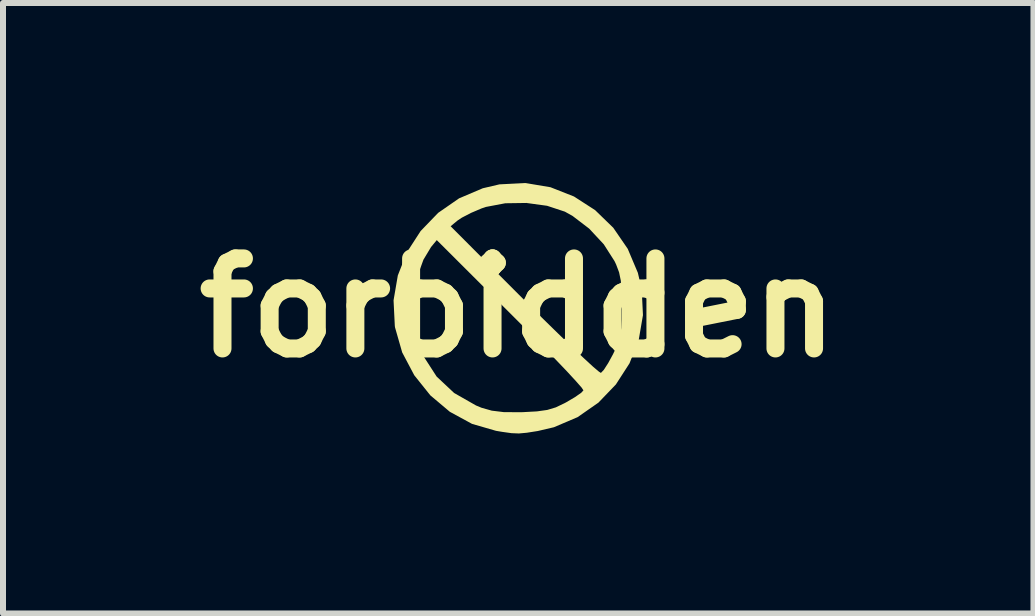
<source format=kicad_pcb>
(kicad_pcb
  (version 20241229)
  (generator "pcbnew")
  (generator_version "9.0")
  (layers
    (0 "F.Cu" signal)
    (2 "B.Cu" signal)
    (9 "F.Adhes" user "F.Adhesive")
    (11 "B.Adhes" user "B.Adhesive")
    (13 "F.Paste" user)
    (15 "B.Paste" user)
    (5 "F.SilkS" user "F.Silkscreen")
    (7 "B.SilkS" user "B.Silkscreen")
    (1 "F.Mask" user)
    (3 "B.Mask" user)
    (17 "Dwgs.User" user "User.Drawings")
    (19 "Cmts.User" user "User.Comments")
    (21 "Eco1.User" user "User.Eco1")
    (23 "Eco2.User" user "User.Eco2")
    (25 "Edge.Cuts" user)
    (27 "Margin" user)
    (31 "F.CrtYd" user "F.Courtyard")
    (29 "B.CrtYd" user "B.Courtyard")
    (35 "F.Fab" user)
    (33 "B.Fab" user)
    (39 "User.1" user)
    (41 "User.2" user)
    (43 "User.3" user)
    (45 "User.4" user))
  (footprint "forbidden"
    (layer "F.Cu")
    (at 5.586 2.078)
    (property "Reference" "forbidden" (at 0 0 0) (layer "F.SilkS") (effects (font (size 1.5 1.5) (thickness 0.3))))
    (attr board_only exclude_from_pos_files exclude_from_bom)
    (fp_poly (pts (xy 0.537 -2.008) (xy 0.928 -1.854) (xy 1.28 -1.627) (xy 1.583 -1.333) (xy 1.824 -0.982) (xy 1.993 -0.582) (xy 2.057 -0.304) (xy 2.078 0.123) (xy 2.007 0.537) (xy 1.854 0.926) (xy 1.627 1.278) (xy 1.336 1.581) (xy 0.989 1.823) (xy 0.595 1.991) (xy 0.326 2.054) (xy 0.142 2.083) (xy 0.01 2.095) (xy -0.113 2.09) (xy -0.27 2.068) (xy -0.371 2.051) (xy -0.771 1.935) (xy -1.14 1.734) (xy -1.465 1.46) (xy -1.733 1.125) (xy -1.934 0.745) (xy -2.053 0.33) (xy -2.057 0.304) (xy -2.072 0.000128) (xy -1.753 0.000128) (xy -1.708 0.429) (xy -1.575 0.814) (xy -1.36 1.147) (xy -1.068 1.421) (xy -0.703 1.629) (xy -0.611 1.667) (xy -0.441 1.715) (xy -0.243 1.739) (xy 0.017 1.741) (xy 0.075 1.74) (xy 0.312 1.727) (xy 0.483 1.703) (xy 0.626 1.66) (xy 0.774 1.589) (xy 0.798 1.576) (xy 0.944 1.49) (xy 1.049 1.417) (xy 1.086 1.377) (xy 1.056 1.331) (xy 0.962 1.224) (xy 0.813 1.062) (xy 0.616 0.856) (xy 0.38 0.613) (xy 0.113 0.341) (xy -0.128 0.1) (xy -1.358 -1.127) (xy -1.453 -1.012) (xy -1.58 -0.801) (xy -1.68 -0.525) (xy -1.74 -0.218) (xy -1.753 0.000128) (xy -2.072 0.000128) (xy -2.078 -0.124) (xy -2.007 -0.538) (xy -1.854 -0.927) (xy -1.627 -1.278) (xy -1.55 -1.358) (xy -1.127 -1.358) (xy 0.1 -0.128) (xy 0.388 0.16) (xy 0.656 0.422) (xy 0.893 0.652) (xy 1.093 0.841) (xy 1.246 0.982) (xy 1.344 1.065) (xy 1.377 1.086) (xy 1.425 1.036) (xy 1.499 0.921) (xy 1.578 0.776) (xy 1.648 0.631) (xy 1.692 0.506) (xy 1.716 0.37) (xy 1.726 0.193) (xy 1.727 -0.022) (xy 1.723 -0.271) (xy 1.709 -0.45) (xy 1.68 -0.59) (xy 1.631 -0.72) (xy 1.604 -0.777) (xy 1.425 -1.057) (xy 1.182 -1.318) (xy 0.907 -1.528) (xy 0.777 -1.601) (xy 0.48 -1.699) (xy 0.136 -1.746) (xy -0.216 -1.741) (xy -0.538 -1.68) (xy -0.612 -1.655) (xy -0.788 -1.58) (xy -0.94 -1.501) (xy -1.012 -1.453) (xy -1.127 -1.358) (xy -1.55 -1.358) (xy -1.335 -1.581) (xy -0.986 -1.823) (xy -0.591 -1.991) (xy -0.313 -2.056) (xy 0.12 -2.078)) (stroke (width 0) (type solid)) (fill yes) (layer "F.SilkS")))
  (gr_rect
    (start -3 -3)
    (end 14.171 7.172)
    (stroke (width 0.1) (type default))
    (fill no)
    (layer "Edge.Cuts")))
</source>
